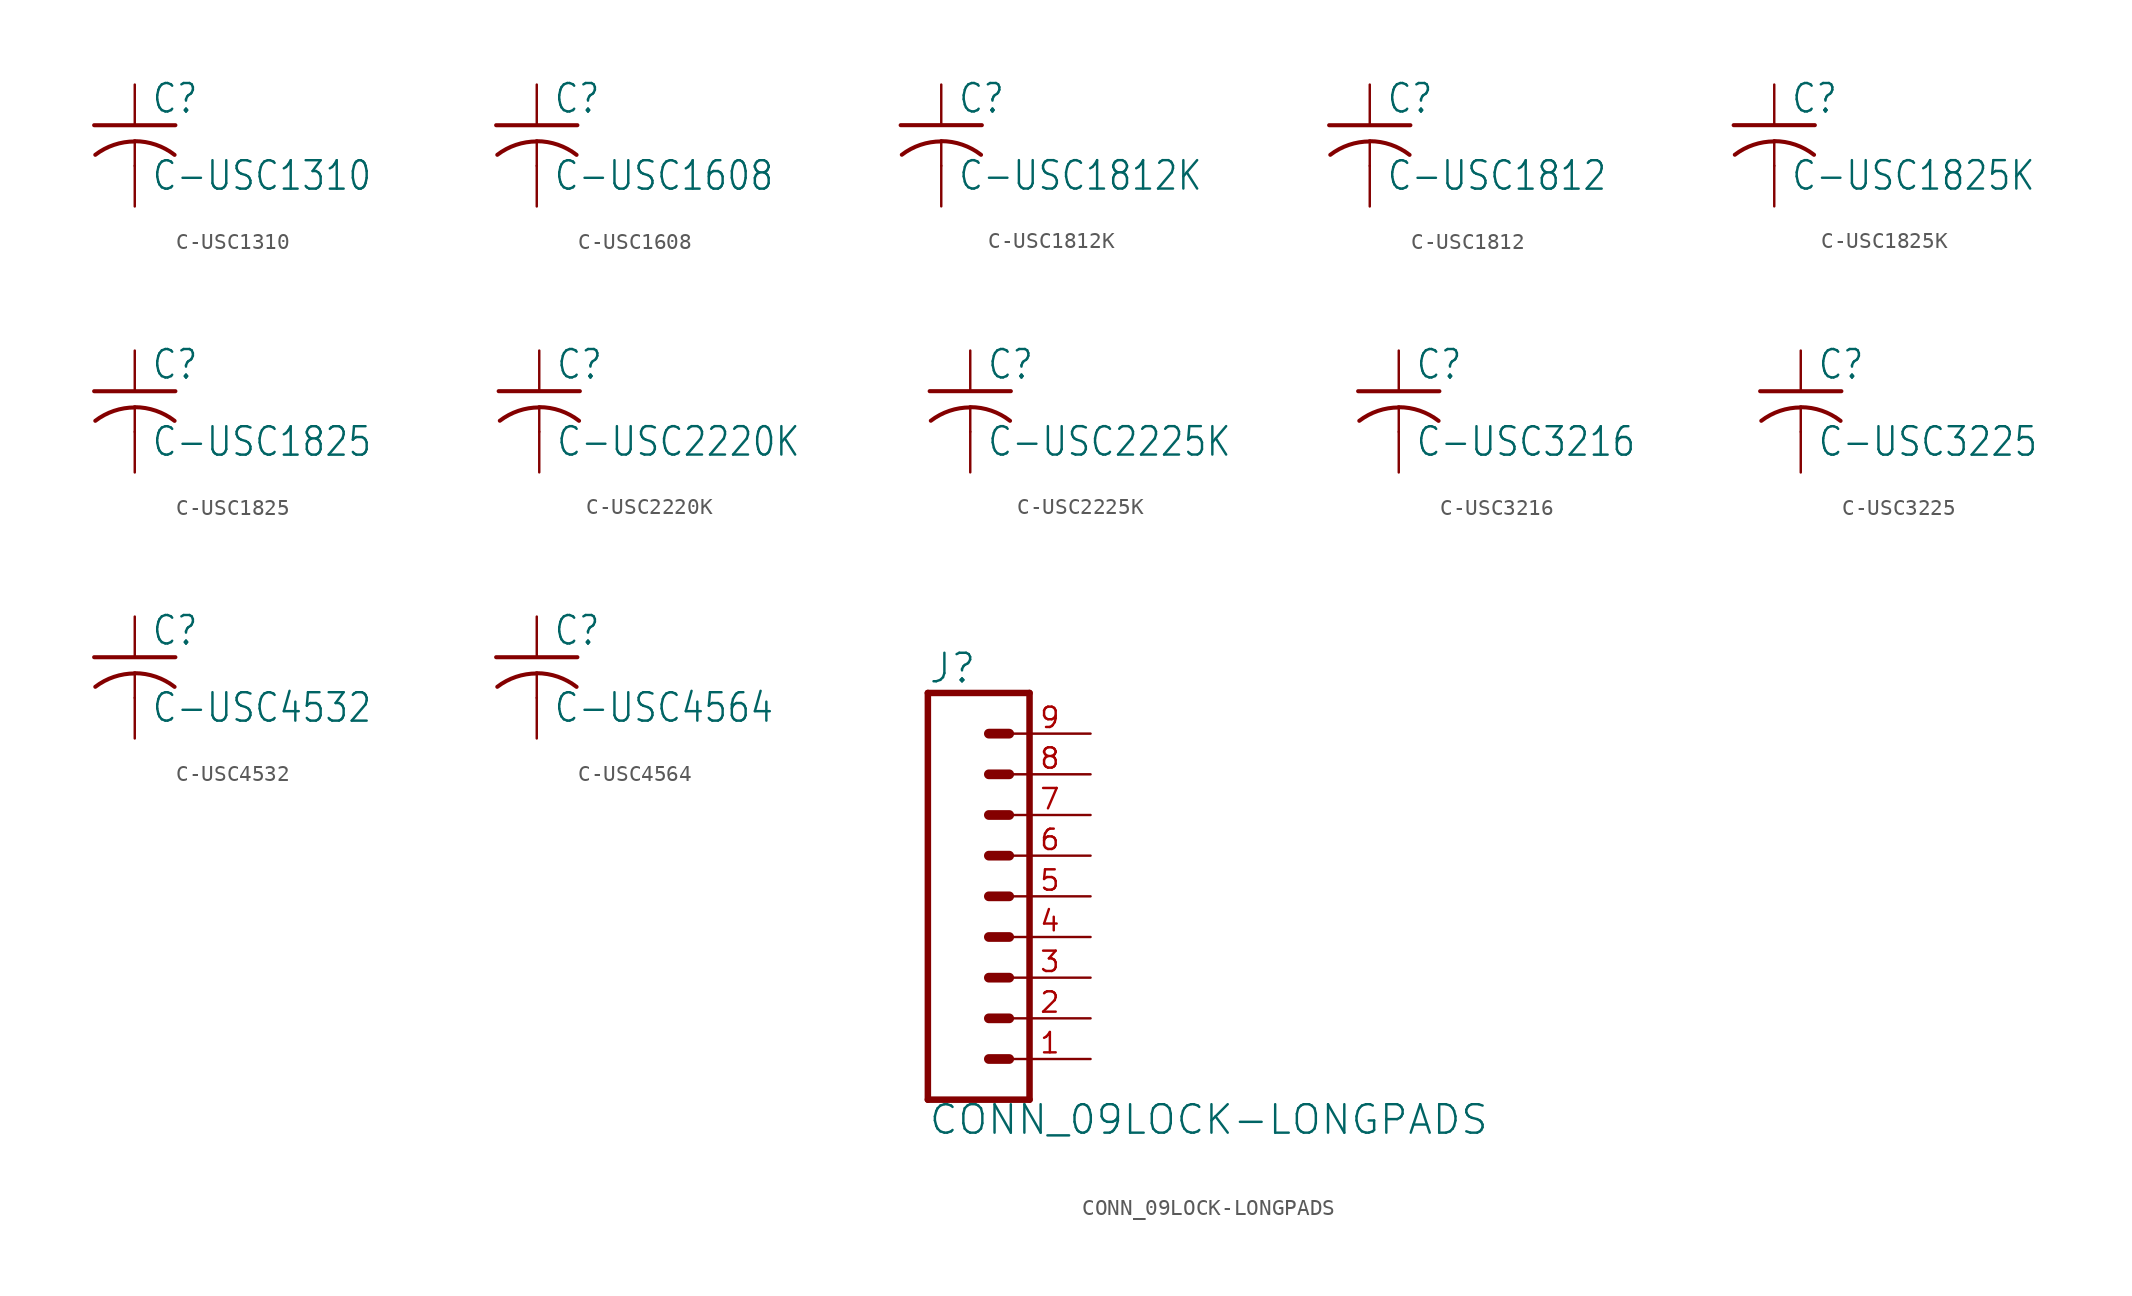
<source format=kicad_sym>
(kicad_symbol_lib
  (version 20220331)
  (generator kicad_symbol_editor)
  (symbol "C-USC1310"
    (property "Reference" "C"
      (at 1.016 0.635 0)
      (effects (font (size 1.778 1.511)) (justify left bottom)))
    (property "Value" "C-USC1310"
      (at 1.016 -4.191 0)
      (effects (font (size 1.778 1.511)) (justify left bottom)))
    (property "ki_locked" ""
      (at 0 0 0)
      (effects (font (size 1.27 1.27))))
    (symbol "C-USC1310_1_0"
      (arc (start 0 -1.0161) (mid -1.302 -1.2303) (end -2.4668 -1.8504) (stroke (width 0.254) (type solid)) (fill (type none)))
      (polyline (pts (xy -2.54 0) (xy 2.54 0)) (stroke (width 0.254) (type solid)) (fill (type none)))
      (polyline (pts (xy 0 -1.016) (xy 0 -2.54)) (stroke (width 0.152) (type solid)) (fill (type none)))
      (arc (start 2.4892 -1.8542) (mid 1.3158 -1.2195) (end 0 -1) (stroke (width 0.254) (type solid)) (fill (type none)))
      (pin passive line (at 0 2.54 270) (length 2.54) (name "1" (effects (font (size 0 0)))) (number "1" (effects (font (size 0 0)))))
      (pin passive line (at 0 -5.08 90) (length 2.54) (name "2" (effects (font (size 0 0)))) (number "2" (effects (font (size 0 0)))))))
  (symbol "C-USC1608"
    (property "Reference" "C"
      (at 1.016 0.635 0)
      (effects (font (size 1.778 1.511)) (justify left bottom)))
    (property "Value" "C-USC1608"
      (at 1.016 -4.191 0)
      (effects (font (size 1.778 1.511)) (justify left bottom)))
    (property "ki_locked" ""
      (at 0 0 0)
      (effects (font (size 1.27 1.27))))
    (symbol "C-USC1608_1_0"
      (arc (start 0 -1.0161) (mid -1.302 -1.2303) (end -2.4668 -1.8504) (stroke (width 0.254) (type solid)) (fill (type none)))
      (polyline (pts (xy -2.54 0) (xy 2.54 0)) (stroke (width 0.254) (type solid)) (fill (type none)))
      (polyline (pts (xy 0 -1.016) (xy 0 -2.54)) (stroke (width 0.152) (type solid)) (fill (type none)))
      (arc (start 2.4892 -1.8542) (mid 1.3158 -1.2195) (end 0 -1) (stroke (width 0.254) (type solid)) (fill (type none)))
      (pin passive line (at 0 2.54 270) (length 2.54) (name "1" (effects (font (size 0 0)))) (number "1" (effects (font (size 0 0)))))
      (pin passive line (at 0 -5.08 90) (length 2.54) (name "2" (effects (font (size 0 0)))) (number "2" (effects (font (size 0 0)))))))
  (symbol "C-USC1812K"
    (property "Reference" "C"
      (at 1.016 0.635 0)
      (effects (font (size 1.778 1.511)) (justify left bottom)))
    (property "Value" "C-USC1812K"
      (at 1.016 -4.191 0)
      (effects (font (size 1.778 1.511)) (justify left bottom)))
    (property "ki_locked" ""
      (at 0 0 0)
      (effects (font (size 1.27 1.27))))
    (symbol "C-USC1812K_1_0"
      (arc (start 0 -1.0161) (mid -1.302 -1.2303) (end -2.4668 -1.8504) (stroke (width 0.254) (type solid)) (fill (type none)))
      (polyline (pts (xy -2.54 0) (xy 2.54 0)) (stroke (width 0.254) (type solid)) (fill (type none)))
      (polyline (pts (xy 0 -1.016) (xy 0 -2.54)) (stroke (width 0.152) (type solid)) (fill (type none)))
      (arc (start 2.4892 -1.8542) (mid 1.3158 -1.2195) (end 0 -1) (stroke (width 0.254) (type solid)) (fill (type none)))
      (pin passive line (at 0 2.54 270) (length 2.54) (name "1" (effects (font (size 0 0)))) (number "1" (effects (font (size 0 0)))))
      (pin passive line (at 0 -5.08 90) (length 2.54) (name "2" (effects (font (size 0 0)))) (number "2" (effects (font (size 0 0)))))))
  (symbol "C-USC1812"
    (property "Reference" "C"
      (at 1.016 0.635 0)
      (effects (font (size 1.778 1.511)) (justify left bottom)))
    (property "Value" "C-USC1812"
      (at 1.016 -4.191 0)
      (effects (font (size 1.778 1.511)) (justify left bottom)))
    (property "ki_locked" ""
      (at 0 0 0)
      (effects (font (size 1.27 1.27))))
    (symbol "C-USC1812_1_0"
      (arc (start 0 -1.0161) (mid -1.302 -1.2303) (end -2.4668 -1.8504) (stroke (width 0.254) (type solid)) (fill (type none)))
      (polyline (pts (xy -2.54 0) (xy 2.54 0)) (stroke (width 0.254) (type solid)) (fill (type none)))
      (polyline (pts (xy 0 -1.016) (xy 0 -2.54)) (stroke (width 0.152) (type solid)) (fill (type none)))
      (arc (start 2.4892 -1.8542) (mid 1.3158 -1.2195) (end 0 -1) (stroke (width 0.254) (type solid)) (fill (type none)))
      (pin passive line (at 0 2.54 270) (length 2.54) (name "1" (effects (font (size 0 0)))) (number "1" (effects (font (size 0 0)))))
      (pin passive line (at 0 -5.08 90) (length 2.54) (name "2" (effects (font (size 0 0)))) (number "2" (effects (font (size 0 0)))))))
  (symbol "C-USC1825K"
    (property "Reference" "C"
      (at 1.016 0.635 0)
      (effects (font (size 1.778 1.511)) (justify left bottom)))
    (property "Value" "C-USC1825K"
      (at 1.016 -4.191 0)
      (effects (font (size 1.778 1.511)) (justify left bottom)))
    (property "ki_locked" ""
      (at 0 0 0)
      (effects (font (size 1.27 1.27))))
    (symbol "C-USC1825K_1_0"
      (arc (start 0 -1.0161) (mid -1.302 -1.2303) (end -2.4668 -1.8504) (stroke (width 0.254) (type solid)) (fill (type none)))
      (polyline (pts (xy -2.54 0) (xy 2.54 0)) (stroke (width 0.254) (type solid)) (fill (type none)))
      (polyline (pts (xy 0 -1.016) (xy 0 -2.54)) (stroke (width 0.152) (type solid)) (fill (type none)))
      (arc (start 2.4892 -1.8542) (mid 1.3158 -1.2195) (end 0 -1) (stroke (width 0.254) (type solid)) (fill (type none)))
      (pin passive line (at 0 2.54 270) (length 2.54) (name "1" (effects (font (size 0 0)))) (number "1" (effects (font (size 0 0)))))
      (pin passive line (at 0 -5.08 90) (length 2.54) (name "2" (effects (font (size 0 0)))) (number "2" (effects (font (size 0 0)))))))
  (symbol "C-USC1825"
    (property "Reference" "C"
      (at 1.016 0.635 0)
      (effects (font (size 1.778 1.511)) (justify left bottom)))
    (property "Value" "C-USC1825"
      (at 1.016 -4.191 0)
      (effects (font (size 1.778 1.511)) (justify left bottom)))
    (property "ki_locked" ""
      (at 0 0 0)
      (effects (font (size 1.27 1.27))))
    (symbol "C-USC1825_1_0"
      (arc (start 0 -1.0161) (mid -1.302 -1.2303) (end -2.4668 -1.8504) (stroke (width 0.254) (type solid)) (fill (type none)))
      (polyline (pts (xy -2.54 0) (xy 2.54 0)) (stroke (width 0.254) (type solid)) (fill (type none)))
      (polyline (pts (xy 0 -1.016) (xy 0 -2.54)) (stroke (width 0.152) (type solid)) (fill (type none)))
      (arc (start 2.4892 -1.8542) (mid 1.3158 -1.2195) (end 0 -1) (stroke (width 0.254) (type solid)) (fill (type none)))
      (pin passive line (at 0 2.54 270) (length 2.54) (name "1" (effects (font (size 0 0)))) (number "1" (effects (font (size 0 0)))))
      (pin passive line (at 0 -5.08 90) (length 2.54) (name "2" (effects (font (size 0 0)))) (number "2" (effects (font (size 0 0)))))))
  (symbol "C-USC2220K"
    (property "Reference" "C"
      (at 1.016 0.635 0)
      (effects (font (size 1.778 1.511)) (justify left bottom)))
    (property "Value" "C-USC2220K"
      (at 1.016 -4.191 0)
      (effects (font (size 1.778 1.511)) (justify left bottom)))
    (property "ki_locked" ""
      (at 0 0 0)
      (effects (font (size 1.27 1.27))))
    (symbol "C-USC2220K_1_0"
      (arc (start 0 -1.0161) (mid -1.302 -1.2303) (end -2.4668 -1.8504) (stroke (width 0.254) (type solid)) (fill (type none)))
      (polyline (pts (xy -2.54 0) (xy 2.54 0)) (stroke (width 0.254) (type solid)) (fill (type none)))
      (polyline (pts (xy 0 -1.016) (xy 0 -2.54)) (stroke (width 0.152) (type solid)) (fill (type none)))
      (arc (start 2.4892 -1.8542) (mid 1.3158 -1.2195) (end 0 -1) (stroke (width 0.254) (type solid)) (fill (type none)))
      (pin passive line (at 0 2.54 270) (length 2.54) (name "1" (effects (font (size 0 0)))) (number "1" (effects (font (size 0 0)))))
      (pin passive line (at 0 -5.08 90) (length 2.54) (name "2" (effects (font (size 0 0)))) (number "2" (effects (font (size 0 0)))))))
  (symbol "C-USC2225K"
    (property "Reference" "C"
      (at 1.016 0.635 0)
      (effects (font (size 1.778 1.511)) (justify left bottom)))
    (property "Value" "C-USC2225K"
      (at 1.016 -4.191 0)
      (effects (font (size 1.778 1.511)) (justify left bottom)))
    (property "ki_locked" ""
      (at 0 0 0)
      (effects (font (size 1.27 1.27))))
    (symbol "C-USC2225K_1_0"
      (arc (start 0 -1.0161) (mid -1.302 -1.2303) (end -2.4668 -1.8504) (stroke (width 0.254) (type solid)) (fill (type none)))
      (polyline (pts (xy -2.54 0) (xy 2.54 0)) (stroke (width 0.254) (type solid)) (fill (type none)))
      (polyline (pts (xy 0 -1.016) (xy 0 -2.54)) (stroke (width 0.152) (type solid)) (fill (type none)))
      (arc (start 2.4892 -1.8542) (mid 1.3158 -1.2195) (end 0 -1) (stroke (width 0.254) (type solid)) (fill (type none)))
      (pin passive line (at 0 2.54 270) (length 2.54) (name "1" (effects (font (size 0 0)))) (number "1" (effects (font (size 0 0)))))
      (pin passive line (at 0 -5.08 90) (length 2.54) (name "2" (effects (font (size 0 0)))) (number "2" (effects (font (size 0 0)))))))
  (symbol "C-USC3216"
    (property "Reference" "C"
      (at 1.016 0.635 0)
      (effects (font (size 1.778 1.511)) (justify left bottom)))
    (property "Value" "C-USC3216"
      (at 1.016 -4.191 0)
      (effects (font (size 1.778 1.511)) (justify left bottom)))
    (property "ki_locked" ""
      (at 0 0 0)
      (effects (font (size 1.27 1.27))))
    (symbol "C-USC3216_1_0"
      (arc (start 0 -1.0161) (mid -1.302 -1.2303) (end -2.4668 -1.8504) (stroke (width 0.254) (type solid)) (fill (type none)))
      (polyline (pts (xy -2.54 0) (xy 2.54 0)) (stroke (width 0.254) (type solid)) (fill (type none)))
      (polyline (pts (xy 0 -1.016) (xy 0 -2.54)) (stroke (width 0.152) (type solid)) (fill (type none)))
      (arc (start 2.4892 -1.8542) (mid 1.3158 -1.2195) (end 0 -1) (stroke (width 0.254) (type solid)) (fill (type none)))
      (pin passive line (at 0 2.54 270) (length 2.54) (name "1" (effects (font (size 0 0)))) (number "1" (effects (font (size 0 0)))))
      (pin passive line (at 0 -5.08 90) (length 2.54) (name "2" (effects (font (size 0 0)))) (number "2" (effects (font (size 0 0)))))))
  (symbol "C-USC3225"
    (property "Reference" "C"
      (at 1.016 0.635 0)
      (effects (font (size 1.778 1.511)) (justify left bottom)))
    (property "Value" "C-USC3225"
      (at 1.016 -4.191 0)
      (effects (font (size 1.778 1.511)) (justify left bottom)))
    (property "ki_locked" ""
      (at 0 0 0)
      (effects (font (size 1.27 1.27))))
    (symbol "C-USC3225_1_0"
      (arc (start 0 -1.0161) (mid -1.302 -1.2303) (end -2.4668 -1.8504) (stroke (width 0.254) (type solid)) (fill (type none)))
      (polyline (pts (xy -2.54 0) (xy 2.54 0)) (stroke (width 0.254) (type solid)) (fill (type none)))
      (polyline (pts (xy 0 -1.016) (xy 0 -2.54)) (stroke (width 0.152) (type solid)) (fill (type none)))
      (arc (start 2.4892 -1.8542) (mid 1.3158 -1.2195) (end 0 -1) (stroke (width 0.254) (type solid)) (fill (type none)))
      (pin passive line (at 0 2.54 270) (length 2.54) (name "1" (effects (font (size 0 0)))) (number "1" (effects (font (size 0 0)))))
      (pin passive line (at 0 -5.08 90) (length 2.54) (name "2" (effects (font (size 0 0)))) (number "2" (effects (font (size 0 0)))))))
  (symbol "C-USC4532"
    (property "Reference" "C"
      (at 1.016 0.635 0)
      (effects (font (size 1.778 1.511)) (justify left bottom)))
    (property "Value" "C-USC4532"
      (at 1.016 -4.191 0)
      (effects (font (size 1.778 1.511)) (justify left bottom)))
    (property "ki_locked" ""
      (at 0 0 0)
      (effects (font (size 1.27 1.27))))
    (symbol "C-USC4532_1_0"
      (arc (start 0 -1.0161) (mid -1.302 -1.2303) (end -2.4668 -1.8504) (stroke (width 0.254) (type solid)) (fill (type none)))
      (polyline (pts (xy -2.54 0) (xy 2.54 0)) (stroke (width 0.254) (type solid)) (fill (type none)))
      (polyline (pts (xy 0 -1.016) (xy 0 -2.54)) (stroke (width 0.152) (type solid)) (fill (type none)))
      (arc (start 2.4892 -1.8542) (mid 1.3158 -1.2195) (end 0 -1) (stroke (width 0.254) (type solid)) (fill (type none)))
      (pin passive line (at 0 2.54 270) (length 2.54) (name "1" (effects (font (size 0 0)))) (number "1" (effects (font (size 0 0)))))
      (pin passive line (at 0 -5.08 90) (length 2.54) (name "2" (effects (font (size 0 0)))) (number "2" (effects (font (size 0 0)))))))
  (symbol "C-USC4564"
    (property "Reference" "C"
      (at 1.016 0.635 0)
      (effects (font (size 1.778 1.511)) (justify left bottom)))
    (property "Value" "C-USC4564"
      (at 1.016 -4.191 0)
      (effects (font (size 1.778 1.511)) (justify left bottom)))
    (property "ki_locked" ""
      (at 0 0 0)
      (effects (font (size 1.27 1.27))))
    (symbol "C-USC4564_1_0"
      (arc (start 0 -1.0161) (mid -1.302 -1.2303) (end -2.4668 -1.8504) (stroke (width 0.254) (type solid)) (fill (type none)))
      (polyline (pts (xy -2.54 0) (xy 2.54 0)) (stroke (width 0.254) (type solid)) (fill (type none)))
      (polyline (pts (xy 0 -1.016) (xy 0 -2.54)) (stroke (width 0.152) (type solid)) (fill (type none)))
      (arc (start 2.4892 -1.8542) (mid 1.3158 -1.2195) (end 0 -1) (stroke (width 0.254) (type solid)) (fill (type none)))
      (pin passive line (at 0 2.54 270) (length 2.54) (name "1" (effects (font (size 0 0)))) (number "1" (effects (font (size 0 0)))))
      (pin passive line (at 0 -5.08 90) (length 2.54) (name "2" (effects (font (size 0 0)))) (number "2" (effects (font (size 0 0)))))))
  (symbol "CONN_09LOCK-LONGPADS"
    (property "Reference" "J"
      (at 0 13.208 0)
      (effects (font (size 1.778 1.778)) (justify left bottom)))
    (property "Value" "CONN_09LOCK-LONGPADS"
      (at 0 -14.986 0)
      (effects (font (size 1.778 1.778)) (justify left bottom)))
    (property "ki_locked" ""
      (at 0 0 0)
      (effects (font (size 1.27 1.27))))
    (symbol "CONN_09LOCK-LONGPADS_1_0"
      (polyline (pts (xy 0 12.7) (xy 0 -12.7)) (stroke (width 0.406) (type solid)) (fill (type none)))
      (polyline (pts (xy 0 12.7) (xy 6.35 12.7)) (stroke (width 0.406) (type solid)) (fill (type none)))
      (polyline (pts (xy 3.81 -10.16) (xy 5.08 -10.16)) (stroke (width 0.61) (type solid)) (fill (type none)))
      (polyline (pts (xy 3.81 -7.62) (xy 5.08 -7.62)) (stroke (width 0.61) (type solid)) (fill (type none)))
      (polyline (pts (xy 3.81 -5.08) (xy 5.08 -5.08)) (stroke (width 0.61) (type solid)) (fill (type none)))
      (polyline (pts (xy 3.81 -2.54) (xy 5.08 -2.54)) (stroke (width 0.61) (type solid)) (fill (type none)))
      (polyline (pts (xy 3.81 0) (xy 5.08 0)) (stroke (width 0.61) (type solid)) (fill (type none)))
      (polyline (pts (xy 3.81 2.54) (xy 5.08 2.54)) (stroke (width 0.61) (type solid)) (fill (type none)))
      (polyline (pts (xy 3.81 5.08) (xy 5.08 5.08)) (stroke (width 0.61) (type solid)) (fill (type none)))
      (polyline (pts (xy 3.81 7.62) (xy 5.08 7.62)) (stroke (width 0.61) (type solid)) (fill (type none)))
      (polyline (pts (xy 3.81 10.16) (xy 5.08 10.16)) (stroke (width 0.61) (type solid)) (fill (type none)))
      (polyline (pts (xy 6.35 -12.7) (xy 0 -12.7)) (stroke (width 0.406) (type solid)) (fill (type none)))
      (polyline (pts (xy 6.35 -12.7) (xy 6.35 12.7)) (stroke (width 0.406) (type solid)) (fill (type none)))
      (pin passive line (at 10.16 -10.16 180) (length 5.08) (name "1" (effects (font (size 0 0)))) (number "1" (effects (font (size 1.27 1.27)))))
      (pin passive line (at 10.16 -7.62 180) (length 5.08) (name "2" (effects (font (size 0 0)))) (number "2" (effects (font (size 1.27 1.27)))))
      (pin passive line (at 10.16 -5.08 180) (length 5.08) (name "3" (effects (font (size 0 0)))) (number "3" (effects (font (size 1.27 1.27)))))
      (pin passive line (at 10.16 -2.54 180) (length 5.08) (name "4" (effects (font (size 0 0)))) (number "4" (effects (font (size 1.27 1.27)))))
      (pin passive line (at 10.16 0 180) (length 5.08) (name "5" (effects (font (size 0 0)))) (number "5" (effects (font (size 1.27 1.27)))))
      (pin passive line (at 10.16 2.54 180) (length 5.08) (name "6" (effects (font (size 0 0)))) (number "6" (effects (font (size 1.27 1.27)))))
      (pin passive line (at 10.16 5.08 180) (length 5.08) (name "7" (effects (font (size 0 0)))) (number "7" (effects (font (size 1.27 1.27)))))
      (pin passive line (at 10.16 7.62 180) (length 5.08) (name "8" (effects (font (size 0 0)))) (number "8" (effects (font (size 1.27 1.27)))))
      (pin passive line (at 10.16 10.16 180) (length 5.08) (name "9" (effects (font (size 0 0)))) (number "9" (effects (font (size 1.27 1.27))))))))
</source>
